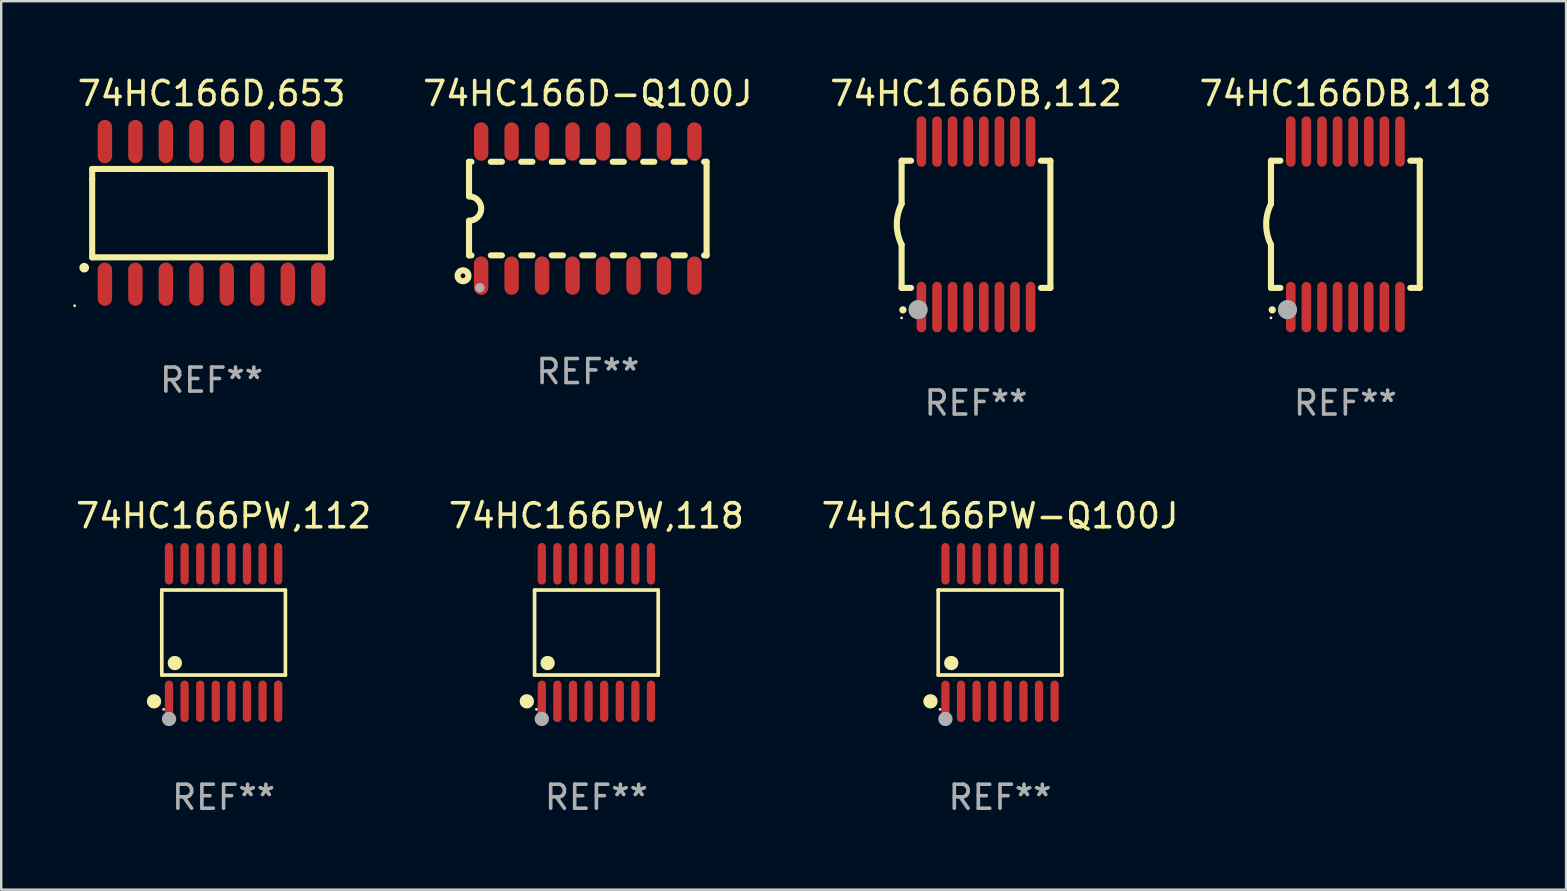
<source format=kicad_pcb>
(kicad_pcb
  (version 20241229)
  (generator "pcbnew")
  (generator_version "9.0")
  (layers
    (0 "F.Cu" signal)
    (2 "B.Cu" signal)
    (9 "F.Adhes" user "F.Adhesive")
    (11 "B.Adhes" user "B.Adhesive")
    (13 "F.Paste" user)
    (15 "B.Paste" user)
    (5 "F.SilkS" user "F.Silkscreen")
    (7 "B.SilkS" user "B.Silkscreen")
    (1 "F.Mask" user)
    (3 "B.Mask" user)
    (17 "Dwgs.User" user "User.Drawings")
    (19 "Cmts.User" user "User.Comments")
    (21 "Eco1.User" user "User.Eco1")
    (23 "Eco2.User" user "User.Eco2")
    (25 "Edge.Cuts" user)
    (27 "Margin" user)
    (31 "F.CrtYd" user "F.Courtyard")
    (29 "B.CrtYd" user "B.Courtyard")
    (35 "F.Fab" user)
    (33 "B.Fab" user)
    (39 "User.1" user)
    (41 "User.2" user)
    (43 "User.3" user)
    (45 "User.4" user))
  (footprint "74HC166DB,118"
    (layer "F.Cu")
    (at 53.017 6.298)
    (property "Reference" "74HC166DB,118" (at 0 -5.45 0) (layer "F.SilkS") (effects (font (size 1 1) (thickness 0.15))))
    (attr through_hole)
    (fp_line (start -3.1 -2.65) (end -3.1 -0.85) (stroke (width 0.254) (type solid)) (layer "F.SilkS"))
    (fp_line (start -3.1 -2.65) (end -2.706 -2.65) (stroke (width 0.254) (type solid)) (layer "F.SilkS"))
    (fp_line (start -3.1 2.65) (end -3.1 0.85) (stroke (width 0.254) (type solid)) (layer "F.SilkS"))
    (fp_line (start -3.1 2.65) (end -2.706 2.65) (stroke (width 0.254) (type solid)) (layer "F.SilkS"))
    (fp_line (start 2.706 -2.65) (end 3.1 -2.65) (stroke (width 0.254) (type solid)) (layer "F.SilkS"))
    (fp_line (start 2.706 2.65) (end 3.1 2.65) (stroke (width 0.254) (type solid)) (layer "F.SilkS"))
    (fp_line (start 3.1 -2.65) (end 3.1 2.65) (stroke (width 0.254) (type solid)) (layer "F.SilkS"))
    (fp_arc (start -3.098907 0.850902) (mid -3.300057 0.000523) (end -3.1 -0.850114) (stroke (width 0.254001) (type solid)) (layer "F.SilkS"))
    (fp_arc (start -3.048006 3.566066) (mid -3.046736 3.566061) (end -3.045466 3.566066) (stroke (width 0.3) (type solid)) (layer "F.SilkS"))
    (fp_circle (center -3.1 3.9) (end -3.07 3.9) (stroke (width 0.06) (type solid)) (fill no) (layer "F.SilkS"))
    (fp_circle (center -2.413 3.556) (end -2.213 3.556) (stroke (width 0.4) (type solid)) (fill no) (layer "F.Fab"))
    (fp_text user "REF**" (at 0 7.45 0) (layer "F.Fab") (effects (font (size 1 1) (thickness 0.15))))
    (pad "1" smd oval (at -2.275 3.45 180) (size 0.4 2.1) (layers "F.Cu" "F.Mask" "F.Paste"))
    (pad "2" smd oval (at -1.625 3.45 180) (size 0.4 2.1) (layers "F.Cu" "F.Mask" "F.Paste"))
    (pad "3" smd oval (at -0.975 3.45 180) (size 0.4 2.1) (layers "F.Cu" "F.Mask" "F.Paste"))
    (pad "4" smd oval (at -0.325 3.45 180) (size 0.4 2.1) (layers "F.Cu" "F.Mask" "F.Paste"))
    (pad "5" smd oval (at 0.325 3.45 180) (size 0.4 2.1) (layers "F.Cu" "F.Mask" "F.Paste"))
    (pad "6" smd oval (at 0.975 3.45 180) (size 0.4 2.1) (layers "F.Cu" "F.Mask" "F.Paste"))
    (pad "7" smd oval (at 1.625 3.45 180) (size 0.4 2.1) (layers "F.Cu" "F.Mask" "F.Paste"))
    (pad "8" smd oval (at 2.275 3.45 180) (size 0.4 2.1) (layers "F.Cu" "F.Mask" "F.Paste"))
    (pad "9" smd oval (at 2.275 -3.45 180) (size 0.4 2.1) (layers "F.Cu" "F.Mask" "F.Paste"))
    (pad "10" smd oval (at 1.625 -3.45 180) (size 0.4 2.1) (layers "F.Cu" "F.Mask" "F.Paste"))
    (pad "11" smd oval (at 0.975 -3.45 180) (size 0.4 2.1) (layers "F.Cu" "F.Mask" "F.Paste"))
    (pad "12" smd oval (at 0.325 -3.45 180) (size 0.4 2.1) (layers "F.Cu" "F.Mask" "F.Paste"))
    (pad "13" smd oval (at -0.325 -3.45 180) (size 0.4 2.1) (layers "F.Cu" "F.Mask" "F.Paste"))
    (pad "14" smd oval (at -0.975 -3.45 180) (size 0.4 2.1) (layers "F.Cu" "F.Mask" "F.Paste"))
    (pad "15" smd oval (at -1.625 -3.45 180) (size 0.4 2.1) (layers "F.Cu" "F.Mask" "F.Paste"))
    (pad "16" smd oval (at -2.275 -3.45 180) (size 0.4 2.1) (layers "F.Cu" "F.Mask" "F.Paste")))
  (footprint "74HC166PW-Q100J"
    (layer "F.Cu")
    (at 38.625 23.311)
    (property "Reference" "74HC166PW-Q100J" (at 0 -4.866 0) (layer "F.SilkS") (effects (font (size 1 1) (thickness 0.15))))
    (attr through_hole)
    (fp_line (start -2.576 -1.772) (end 2.576 -1.772) (stroke (width 0.152) (type solid)) (layer "F.SilkS"))
    (fp_line (start -2.576 1.771) (end -2.576 -1.772) (stroke (width 0.152) (type solid)) (layer "F.SilkS"))
    (fp_line (start 2.576 -1.772) (end 2.576 1.771) (stroke (width 0.152) (type solid)) (layer "F.SilkS"))
    (fp_line (start 2.576 1.771) (end -2.576 1.771) (stroke (width 0.152) (type solid)) (layer "F.SilkS"))
    (fp_circle (center -2.899 2.866) (end -2.749 2.866) (stroke (width 0.3) (type solid)) (fill no) (layer "F.SilkS"))
    (fp_circle (center -2.5 3.2) (end -2.47 3.2) (stroke (width 0.06) (type solid)) (fill no) (layer "F.SilkS"))
    (fp_circle (center -2.032 1.27) (end -1.882 1.27) (stroke (width 0.3) (type solid)) (fill no) (layer "F.SilkS"))
    (fp_circle (center -2.275 3.6) (end -2.125 3.6) (stroke (width 0.3) (type solid)) (fill no) (layer "F.Fab"))
    (fp_text user "REF**" (at 0 6.866 0) (layer "F.Fab") (effects (font (size 1 1) (thickness 0.15))))
    (pad "1" smd oval (at -2.275 2.866) (size 0.343 1.731) (layers "F.Cu" "F.Mask" "F.Paste"))
    (pad "2" smd oval (at -1.625 2.866) (size 0.343 1.731) (layers "F.Cu" "F.Mask" "F.Paste"))
    (pad "3" smd oval (at -0.975 2.866) (size 0.343 1.731) (layers "F.Cu" "F.Mask" "F.Paste"))
    (pad "4" smd oval (at -0.325 2.866) (size 0.343 1.731) (layers "F.Cu" "F.Mask" "F.Paste"))
    (pad "5" smd oval (at 0.325 2.866) (size 0.343 1.731) (layers "F.Cu" "F.Mask" "F.Paste"))
    (pad "6" smd oval (at 0.975 2.866) (size 0.343 1.731) (layers "F.Cu" "F.Mask" "F.Paste"))
    (pad "7" smd oval (at 1.625 2.866) (size 0.343 1.731) (layers "F.Cu" "F.Mask" "F.Paste"))
    (pad "8" smd oval (at 2.275 2.866) (size 0.343 1.731) (layers "F.Cu" "F.Mask" "F.Paste"))
    (pad "9" smd oval (at 2.275 -2.866) (size 0.343 1.731) (layers "F.Cu" "F.Mask" "F.Paste"))
    (pad "10" smd oval (at 1.625 -2.866) (size 0.343 1.731) (layers "F.Cu" "F.Mask" "F.Paste"))
    (pad "11" smd oval (at 0.975 -2.866) (size 0.343 1.731) (layers "F.Cu" "F.Mask" "F.Paste"))
    (pad "12" smd oval (at 0.325 -2.866) (size 0.343 1.731) (layers "F.Cu" "F.Mask" "F.Paste"))
    (pad "13" smd oval (at -0.325 -2.866) (size 0.343 1.731) (layers "F.Cu" "F.Mask" "F.Paste"))
    (pad "14" smd oval (at -0.975 -2.866) (size 0.343 1.731) (layers "F.Cu" "F.Mask" "F.Paste"))
    (pad "15" smd oval (at -1.625 -2.866) (size 0.343 1.731) (layers "F.Cu" "F.Mask" "F.Paste"))
    (pad "16" smd oval (at -2.275 -2.866) (size 0.343 1.731) (layers "F.Cu" "F.Mask" "F.Paste")))
  (footprint "74HC166PW,118"
    (layer "F.Cu")
    (at 21.804 23.311)
    (property "Reference" "74HC166PW,118" (at 0 -4.866 0) (layer "F.SilkS") (effects (font (size 1 1) (thickness 0.15))))
    (attr through_hole)
    (fp_line (start -2.576 -1.772) (end 2.576 -1.772) (stroke (width 0.152) (type solid)) (layer "F.SilkS"))
    (fp_line (start -2.576 1.771) (end -2.576 -1.772) (stroke (width 0.152) (type solid)) (layer "F.SilkS"))
    (fp_line (start 2.576 -1.772) (end 2.576 1.771) (stroke (width 0.152) (type solid)) (layer "F.SilkS"))
    (fp_line (start 2.576 1.771) (end -2.576 1.771) (stroke (width 0.152) (type solid)) (layer "F.SilkS"))
    (fp_circle (center -2.899 2.866) (end -2.749 2.866) (stroke (width 0.3) (type solid)) (fill no) (layer "F.SilkS"))
    (fp_circle (center -2.5 3.2) (end -2.47 3.2) (stroke (width 0.06) (type solid)) (fill no) (layer "F.SilkS"))
    (fp_circle (center -2.032 1.27) (end -1.882 1.27) (stroke (width 0.3) (type solid)) (fill no) (layer "F.SilkS"))
    (fp_circle (center -2.275 3.6) (end -2.125 3.6) (stroke (width 0.3) (type solid)) (fill no) (layer "F.Fab"))
    (fp_text user "REF**" (at 0 6.866 0) (layer "F.Fab") (effects (font (size 1 1) (thickness 0.15))))
    (pad "1" smd oval (at -2.275 2.866) (size 0.343 1.731) (layers "F.Cu" "F.Mask" "F.Paste"))
    (pad "2" smd oval (at -1.625 2.866) (size 0.343 1.731) (layers "F.Cu" "F.Mask" "F.Paste"))
    (pad "3" smd oval (at -0.975 2.866) (size 0.343 1.731) (layers "F.Cu" "F.Mask" "F.Paste"))
    (pad "4" smd oval (at -0.325 2.866) (size 0.343 1.731) (layers "F.Cu" "F.Mask" "F.Paste"))
    (pad "5" smd oval (at 0.325 2.866) (size 0.343 1.731) (layers "F.Cu" "F.Mask" "F.Paste"))
    (pad "6" smd oval (at 0.975 2.866) (size 0.343 1.731) (layers "F.Cu" "F.Mask" "F.Paste"))
    (pad "7" smd oval (at 1.625 2.866) (size 0.343 1.731) (layers "F.Cu" "F.Mask" "F.Paste"))
    (pad "8" smd oval (at 2.275 2.866) (size 0.343 1.731) (layers "F.Cu" "F.Mask" "F.Paste"))
    (pad "9" smd oval (at 2.275 -2.866) (size 0.343 1.731) (layers "F.Cu" "F.Mask" "F.Paste"))
    (pad "10" smd oval (at 1.625 -2.866) (size 0.343 1.731) (layers "F.Cu" "F.Mask" "F.Paste"))
    (pad "11" smd oval (at 0.975 -2.866) (size 0.343 1.731) (layers "F.Cu" "F.Mask" "F.Paste"))
    (pad "12" smd oval (at 0.325 -2.866) (size 0.343 1.731) (layers "F.Cu" "F.Mask" "F.Paste"))
    (pad "13" smd oval (at -0.325 -2.866) (size 0.343 1.731) (layers "F.Cu" "F.Mask" "F.Paste"))
    (pad "14" smd oval (at -0.975 -2.866) (size 0.343 1.731) (layers "F.Cu" "F.Mask" "F.Paste"))
    (pad "15" smd oval (at -1.625 -2.866) (size 0.343 1.731) (layers "F.Cu" "F.Mask" "F.Paste"))
    (pad "16" smd oval (at -2.275 -2.866) (size 0.343 1.731) (layers "F.Cu" "F.Mask" "F.Paste")))
  (footprint "74HC166DB,112"
    (layer "F.Cu")
    (at 37.624 6.298)
    (property "Reference" "74HC166DB,112" (at 0 -5.45 0) (layer "F.SilkS") (effects (font (size 1 1) (thickness 0.15))))
    (attr through_hole)
    (fp_line (start -3.1 -2.65) (end -3.1 -0.85) (stroke (width 0.254) (type solid)) (layer "F.SilkS"))
    (fp_line (start -3.1 -2.65) (end -2.706 -2.65) (stroke (width 0.254) (type solid)) (layer "F.SilkS"))
    (fp_line (start -3.1 2.65) (end -3.1 0.85) (stroke (width 0.254) (type solid)) (layer "F.SilkS"))
    (fp_line (start -3.1 2.65) (end -2.706 2.65) (stroke (width 0.254) (type solid)) (layer "F.SilkS"))
    (fp_line (start 2.706 -2.65) (end 3.1 -2.65) (stroke (width 0.254) (type solid)) (layer "F.SilkS"))
    (fp_line (start 2.706 2.65) (end 3.1 2.65) (stroke (width 0.254) (type solid)) (layer "F.SilkS"))
    (fp_line (start 3.1 -2.65) (end 3.1 2.65) (stroke (width 0.254) (type solid)) (layer "F.SilkS"))
    (fp_arc (start -3.098907 0.850902) (mid -3.300057 0.000523) (end -3.1 -0.850114) (stroke (width 0.254001) (type solid)) (layer "F.SilkS"))
    (fp_arc (start -3.048006 3.566066) (mid -3.046736 3.566061) (end -3.045466 3.566066) (stroke (width 0.3) (type solid)) (layer "F.SilkS"))
    (fp_circle (center -3.1 3.9) (end -3.07 3.9) (stroke (width 0.06) (type solid)) (fill no) (layer "F.SilkS"))
    (fp_circle (center -2.413 3.556) (end -2.213 3.556) (stroke (width 0.4) (type solid)) (fill no) (layer "F.Fab"))
    (fp_text user "REF**" (at 0 7.45 0) (layer "F.Fab") (effects (font (size 1 1) (thickness 0.15))))
    (pad "1" smd oval (at -2.275 3.45 180) (size 0.4 2.1) (layers "F.Cu" "F.Mask" "F.Paste"))
    (pad "2" smd oval (at -1.625 3.45 180) (size 0.4 2.1) (layers "F.Cu" "F.Mask" "F.Paste"))
    (pad "3" smd oval (at -0.975 3.45 180) (size 0.4 2.1) (layers "F.Cu" "F.Mask" "F.Paste"))
    (pad "4" smd oval (at -0.325 3.45 180) (size 0.4 2.1) (layers "F.Cu" "F.Mask" "F.Paste"))
    (pad "5" smd oval (at 0.325 3.45 180) (size 0.4 2.1) (layers "F.Cu" "F.Mask" "F.Paste"))
    (pad "6" smd oval (at 0.975 3.45 180) (size 0.4 2.1) (layers "F.Cu" "F.Mask" "F.Paste"))
    (pad "7" smd oval (at 1.625 3.45 180) (size 0.4 2.1) (layers "F.Cu" "F.Mask" "F.Paste"))
    (pad "8" smd oval (at 2.275 3.45 180) (size 0.4 2.1) (layers "F.Cu" "F.Mask" "F.Paste"))
    (pad "9" smd oval (at 2.275 -3.45 180) (size 0.4 2.1) (layers "F.Cu" "F.Mask" "F.Paste"))
    (pad "10" smd oval (at 1.625 -3.45 180) (size 0.4 2.1) (layers "F.Cu" "F.Mask" "F.Paste"))
    (pad "11" smd oval (at 0.975 -3.45 180) (size 0.4 2.1) (layers "F.Cu" "F.Mask" "F.Paste"))
    (pad "12" smd oval (at 0.325 -3.45 180) (size 0.4 2.1) (layers "F.Cu" "F.Mask" "F.Paste"))
    (pad "13" smd oval (at -0.325 -3.45 180) (size 0.4 2.1) (layers "F.Cu" "F.Mask" "F.Paste"))
    (pad "14" smd oval (at -0.975 -3.45 180) (size 0.4 2.1) (layers "F.Cu" "F.Mask" "F.Paste"))
    (pad "15" smd oval (at -1.625 -3.45 180) (size 0.4 2.1) (layers "F.Cu" "F.Mask" "F.Paste"))
    (pad "16" smd oval (at -2.275 -3.45 180) (size 0.4 2.1) (layers "F.Cu" "F.Mask" "F.Paste")))
  (footprint "74HC166PW,112"
    (layer "F.Cu")
    (at 6.268 23.311)
    (property "Reference" "74HC166PW,112" (at 0 -4.866 0) (layer "F.SilkS") (effects (font (size 1 1) (thickness 0.15))))
    (attr through_hole)
    (fp_line (start -2.576 -1.772) (end 2.576 -1.772) (stroke (width 0.152) (type solid)) (layer "F.SilkS"))
    (fp_line (start -2.576 1.771) (end -2.576 -1.772) (stroke (width 0.152) (type solid)) (layer "F.SilkS"))
    (fp_line (start 2.576 -1.772) (end 2.576 1.771) (stroke (width 0.152) (type solid)) (layer "F.SilkS"))
    (fp_line (start 2.576 1.771) (end -2.576 1.771) (stroke (width 0.152) (type solid)) (layer "F.SilkS"))
    (fp_circle (center -2.899 2.866) (end -2.749 2.866) (stroke (width 0.3) (type solid)) (fill no) (layer "F.SilkS"))
    (fp_circle (center -2.5 3.2) (end -2.47 3.2) (stroke (width 0.06) (type solid)) (fill no) (layer "F.SilkS"))
    (fp_circle (center -2.032 1.27) (end -1.882 1.27) (stroke (width 0.3) (type solid)) (fill no) (layer "F.SilkS"))
    (fp_circle (center -2.275 3.6) (end -2.125 3.6) (stroke (width 0.3) (type solid)) (fill no) (layer "F.Fab"))
    (fp_text user "REF**" (at 0 6.866 0) (layer "F.Fab") (effects (font (size 1 1) (thickness 0.15))))
    (pad "1" smd oval (at -2.275 2.866) (size 0.343 1.731) (layers "F.Cu" "F.Mask" "F.Paste"))
    (pad "2" smd oval (at -1.625 2.866) (size 0.343 1.731) (layers "F.Cu" "F.Mask" "F.Paste"))
    (pad "3" smd oval (at -0.975 2.866) (size 0.343 1.731) (layers "F.Cu" "F.Mask" "F.Paste"))
    (pad "4" smd oval (at -0.325 2.866) (size 0.343 1.731) (layers "F.Cu" "F.Mask" "F.Paste"))
    (pad "5" smd oval (at 0.325 2.866) (size 0.343 1.731) (layers "F.Cu" "F.Mask" "F.Paste"))
    (pad "6" smd oval (at 0.975 2.866) (size 0.343 1.731) (layers "F.Cu" "F.Mask" "F.Paste"))
    (pad "7" smd oval (at 1.625 2.866) (size 0.343 1.731) (layers "F.Cu" "F.Mask" "F.Paste"))
    (pad "8" smd oval (at 2.275 2.866) (size 0.343 1.731) (layers "F.Cu" "F.Mask" "F.Paste"))
    (pad "9" smd oval (at 2.275 -2.866) (size 0.343 1.731) (layers "F.Cu" "F.Mask" "F.Paste"))
    (pad "10" smd oval (at 1.625 -2.866) (size 0.343 1.731) (layers "F.Cu" "F.Mask" "F.Paste"))
    (pad "11" smd oval (at 0.975 -2.866) (size 0.343 1.731) (layers "F.Cu" "F.Mask" "F.Paste"))
    (pad "12" smd oval (at 0.325 -2.866) (size 0.343 1.731) (layers "F.Cu" "F.Mask" "F.Paste"))
    (pad "13" smd oval (at -0.325 -2.866) (size 0.343 1.731) (layers "F.Cu" "F.Mask" "F.Paste"))
    (pad "14" smd oval (at -0.975 -2.866) (size 0.343 1.731) (layers "F.Cu" "F.Mask" "F.Paste"))
    (pad "15" smd oval (at -1.625 -2.866) (size 0.343 1.731) (layers "F.Cu" "F.Mask" "F.Paste"))
    (pad "16" smd oval (at -2.275 -2.866) (size 0.343 1.731) (layers "F.Cu" "F.Mask" "F.Paste")))
  (footprint "74HC166D,653"
    (layer "F.Cu")
    (at 5.767 5.82)
    (property "Reference" "74HC166D,653" (at 0 -4.972 0) (layer "F.SilkS") (effects (font (size 1 1) (thickness 0.15))))
    (attr through_hole)
    (fp_line (start -4.976 -1.829) (end -4.976 -1.4) (stroke (width 0.254) (type solid)) (layer "F.SilkS"))
    (fp_line (start -4.976 -1.4) (end -4.976 1.854) (stroke (width 0.254) (type solid)) (layer "F.SilkS"))
    (fp_line (start -4.976 1.854) (end 4.976 1.854) (stroke (width 0.254) (type solid)) (layer "F.SilkS"))
    (fp_line (start 4.976 -1.829) (end -4.976 -1.829) (stroke (width 0.254) (type solid)) (layer "F.SilkS"))
    (fp_line (start 4.976 1.854) (end 4.976 -1.829) (stroke (width 0.254) (type solid)) (layer "F.SilkS"))
    (fp_arc (start -5.308611 2.286005) (mid -5.307341 2.286001) (end -5.306071 2.286005) (stroke (width 0.4) (type solid)) (layer "F.SilkS"))
    (fp_circle (center -5.707 3.872) (end -5.677 3.872) (stroke (width 0.06) (type solid)) (fill no) (layer "F.SilkS"))
    (fp_text user "REF**" (at 0 6.972 0) (layer "F.Fab") (effects (font (size 1 1) (thickness 0.15))))
    (pad "1" smd oval (at -4.445 2.972 180) (size 0.6 1.8) (layers "F.Cu" "F.Mask" "F.Paste"))
    (pad "2" smd oval (at -3.175 2.972 180) (size 0.6 1.8) (layers "F.Cu" "F.Mask" "F.Paste"))
    (pad "3" smd oval (at -1.905 2.972 180) (size 0.6 1.8) (layers "F.Cu" "F.Mask" "F.Paste"))
    (pad "4" smd oval (at -0.635 2.972 180) (size 0.6 1.8) (layers "F.Cu" "F.Mask" "F.Paste"))
    (pad "5" smd oval (at 0.635 2.972 180) (size 0.6 1.8) (layers "F.Cu" "F.Mask" "F.Paste"))
    (pad "6" smd oval (at 1.905 2.972 180) (size 0.6 1.8) (layers "F.Cu" "F.Mask" "F.Paste"))
    (pad "7" smd oval (at 3.175 2.972 180) (size 0.6 1.8) (layers "F.Cu" "F.Mask" "F.Paste"))
    (pad "8" smd oval (at 4.445 2.972 180) (size 0.6 1.8) (layers "F.Cu" "F.Mask" "F.Paste"))
    (pad "9" smd oval (at 4.445 -2.972 180) (size 0.6 1.8) (layers "F.Cu" "F.Mask" "F.Paste"))
    (pad "10" smd oval (at 3.175 -2.972 180) (size 0.6 1.8) (layers "F.Cu" "F.Mask" "F.Paste"))
    (pad "11" smd oval (at 1.905 -2.972 180) (size 0.6 1.8) (layers "F.Cu" "F.Mask" "F.Paste"))
    (pad "12" smd oval (at 0.635 -2.972 180) (size 0.6 1.8) (layers "F.Cu" "F.Mask" "F.Paste"))
    (pad "13" smd oval (at -0.635 -2.972 180) (size 0.6 1.8) (layers "F.Cu" "F.Mask" "F.Paste"))
    (pad "14" smd oval (at -1.905 -2.972 180) (size 0.6 1.8) (layers "F.Cu" "F.Mask" "F.Paste"))
    (pad "15" smd oval (at -3.175 -2.972 180) (size 0.6 1.8) (layers "F.Cu" "F.Mask" "F.Paste"))
    (pad "16" smd oval (at -4.445 -2.972 180) (size 0.6 1.8) (layers "F.Cu" "F.Mask" "F.Paste")))
  (footprint "74HC166D-Q100J"
    (layer "F.Cu")
    (at 21.446 5.642)
    (property "Reference" "74HC166D-Q100J" (at 0 -4.794 0) (layer "F.SilkS") (effects (font (size 1 1) (thickness 0.15))))
    (attr through_hole)
    (fp_line (start -4.95 -1.95) (end -4.95 -0.508) (stroke (width 0.254) (type solid)) (layer "F.SilkS"))
    (fp_line (start -4.95 -1.95) (end -4.849 -1.95) (stroke (width 0.254) (type solid)) (layer "F.SilkS"))
    (fp_line (start -4.95 1.95) (end -4.95 0.508) (stroke (width 0.254) (type solid)) (layer "F.SilkS"))
    (fp_line (start -4.95 1.95) (end -4.849 1.95) (stroke (width 0.254) (type solid)) (layer "F.SilkS"))
    (fp_line (start -4.041 -1.95) (end -3.579 -1.95) (stroke (width 0.254) (type solid)) (layer "F.SilkS"))
    (fp_line (start -4.041 1.95) (end -3.579 1.95) (stroke (width 0.254) (type solid)) (layer "F.SilkS"))
    (fp_line (start -2.771 -1.95) (end -2.309 -1.95) (stroke (width 0.254) (type solid)) (layer "F.SilkS"))
    (fp_line (start -2.771 1.95) (end -2.309 1.95) (stroke (width 0.254) (type solid)) (layer "F.SilkS"))
    (fp_line (start -1.501 -1.95) (end -1.039 -1.95) (stroke (width 0.254) (type solid)) (layer "F.SilkS"))
    (fp_line (start -1.501 1.95) (end -1.039 1.95) (stroke (width 0.254) (type solid)) (layer "F.SilkS"))
    (fp_line (start -0.231 -1.95) (end 0.231 -1.95) (stroke (width 0.254) (type solid)) (layer "F.SilkS"))
    (fp_line (start -0.231 1.95) (end 0.231 1.95) (stroke (width 0.254) (type solid)) (layer "F.SilkS"))
    (fp_line (start 1.039 -1.95) (end 1.501 -1.95) (stroke (width 0.254) (type solid)) (layer "F.SilkS"))
    (fp_line (start 1.039 1.95) (end 1.501 1.95) (stroke (width 0.254) (type solid)) (layer "F.SilkS"))
    (fp_line (start 2.309 -1.95) (end 2.771 -1.95) (stroke (width 0.254) (type solid)) (layer "F.SilkS"))
    (fp_line (start 2.309 1.95) (end 2.771 1.95) (stroke (width 0.254) (type solid)) (layer "F.SilkS"))
    (fp_line (start 3.579 -1.95) (end 4.041 -1.95) (stroke (width 0.254) (type solid)) (layer "F.SilkS"))
    (fp_line (start 3.579 1.95) (end 4.041 1.95) (stroke (width 0.254) (type solid)) (layer "F.SilkS"))
    (fp_line (start 4.849 -1.95) (end 4.95 -1.95) (stroke (width 0.254) (type solid)) (layer "F.SilkS"))
    (fp_line (start 4.849 1.95) (end 4.95 1.95) (stroke (width 0.254) (type solid)) (layer "F.SilkS"))
    (fp_line (start 4.95 -1.95) (end 4.95 1.95) (stroke (width 0.254) (type solid)) (layer "F.SilkS"))
    (fp_arc (start -4.95047 -0.508001) (mid -4.442469 -0.000228) (end -4.950013 0.508001) (stroke (width 0.254001) (type solid)) (layer "F.SilkS"))
    (fp_circle (center -5.2 2.8) (end -5.1 2.8) (stroke (width 0.254) (type solid)) (fill no) (layer "F.SilkS"))
    (fp_circle (center -4.95 2.947) (end -4.92 2.947) (stroke (width 0.06) (type solid)) (fill no) (layer "F.SilkS"))
    (fp_circle (center -4.5 3.3) (end -4.4 3.3) (stroke (width 0.2) (type solid)) (fill no) (layer "F.Fab"))
    (fp_text user "REF**" (at 0 6.794 0) (layer "F.Fab") (effects (font (size 1 1) (thickness 0.15))))
    (pad "1" smd oval (at -4.445 2.794) (size 0.6 1.6) (layers "F.Cu" "F.Mask" "F.Paste"))
    (pad "2" smd oval (at -3.175 2.794) (size 0.6 1.6) (layers "F.Cu" "F.Mask" "F.Paste"))
    (pad "3" smd oval (at -1.905 2.794) (size 0.6 1.6) (layers "F.Cu" "F.Mask" "F.Paste"))
    (pad "4" smd oval (at -0.635 2.794) (size 0.6 1.6) (layers "F.Cu" "F.Mask" "F.Paste"))
    (pad "5" smd oval (at 0.635 2.794) (size 0.6 1.6) (layers "F.Cu" "F.Mask" "F.Paste"))
    (pad "6" smd oval (at 1.905 2.794) (size 0.6 1.6) (layers "F.Cu" "F.Mask" "F.Paste"))
    (pad "7" smd oval (at 3.175 2.794) (size 0.6 1.6) (layers "F.Cu" "F.Mask" "F.Paste"))
    (pad "8" smd oval (at 4.445 2.794) (size 0.6 1.6) (layers "F.Cu" "F.Mask" "F.Paste"))
    (pad "9" smd oval (at 4.445 -2.794) (size 0.6 1.6) (layers "F.Cu" "F.Mask" "F.Paste"))
    (pad "10" smd oval (at 3.175 -2.794) (size 0.6 1.6) (layers "F.Cu" "F.Mask" "F.Paste"))
    (pad "11" smd oval (at 1.905 -2.794) (size 0.6 1.6) (layers "F.Cu" "F.Mask" "F.Paste"))
    (pad "12" smd oval (at 0.635 -2.794) (size 0.6 1.6) (layers "F.Cu" "F.Mask" "F.Paste"))
    (pad "13" smd oval (at -0.635 -2.794) (size 0.6 1.6) (layers "F.Cu" "F.Mask" "F.Paste"))
    (pad "14" smd oval (at -1.905 -2.794) (size 0.6 1.6) (layers "F.Cu" "F.Mask" "F.Paste"))
    (pad "15" smd oval (at -3.175 -2.794) (size 0.6 1.6) (layers "F.Cu" "F.Mask" "F.Paste"))
    (pad "16" smd oval (at -4.445 -2.794) (size 0.6 1.6) (layers "F.Cu" "F.Mask" "F.Paste")))
  (gr_rect
    (start -3 -3)
    (end 62.214 34.025)
    (stroke (width 0.1) (type default))
    (fill no)
    (layer "Edge.Cuts")))
</source>
